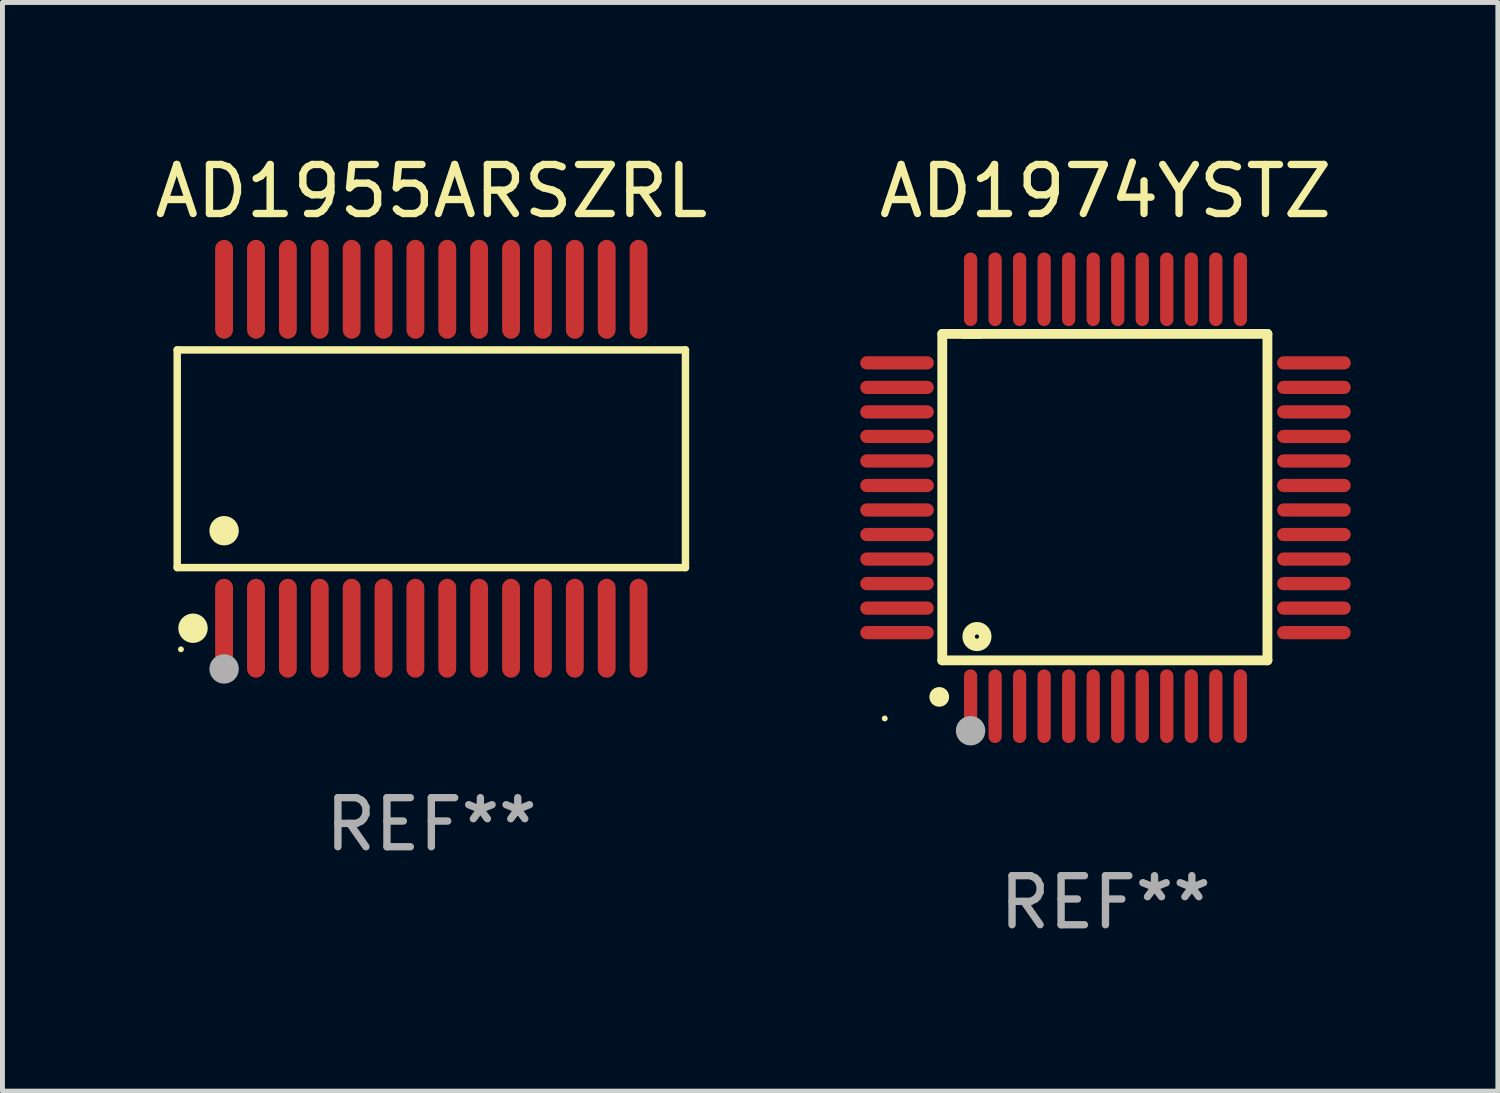
<source format=kicad_pcb>
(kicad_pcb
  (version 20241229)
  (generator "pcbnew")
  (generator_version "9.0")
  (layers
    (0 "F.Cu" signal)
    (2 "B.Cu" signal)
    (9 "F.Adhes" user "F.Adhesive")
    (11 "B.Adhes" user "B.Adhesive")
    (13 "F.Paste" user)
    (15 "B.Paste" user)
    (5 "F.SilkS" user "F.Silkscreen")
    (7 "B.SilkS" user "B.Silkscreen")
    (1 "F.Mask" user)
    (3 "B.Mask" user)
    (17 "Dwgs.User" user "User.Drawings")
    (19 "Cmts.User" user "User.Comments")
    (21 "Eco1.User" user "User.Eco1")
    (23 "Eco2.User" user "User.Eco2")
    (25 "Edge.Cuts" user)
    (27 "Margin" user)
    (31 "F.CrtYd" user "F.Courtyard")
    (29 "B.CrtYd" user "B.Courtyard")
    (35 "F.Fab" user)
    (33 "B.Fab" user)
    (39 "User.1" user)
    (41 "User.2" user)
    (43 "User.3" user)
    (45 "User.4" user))
  (footprint "AD1955ARSZRL"
    (layer "F.Cu")
    (at 5.744 6.303)
    (property "Reference" "AD1955ARSZRL" (at 0 -5.455 0) (layer "F.SilkS") (effects (font (size 1 1) (thickness 0.15))))
    (attr through_hole)
    (fp_line (start -5.181 -2.219) (end 5.181 -2.219) (stroke (width 0.152) (type solid)) (layer "F.SilkS"))
    (fp_line (start -5.181 2.219) (end -5.181 -2.219) (stroke (width 0.152) (type solid)) (layer "F.SilkS"))
    (fp_line (start 5.181 -2.219) (end 5.181 2.219) (stroke (width 0.152) (type solid)) (layer "F.SilkS"))
    (fp_line (start 5.181 2.219) (end -5.181 2.219) (stroke (width 0.152) (type solid)) (layer "F.SilkS"))
    (fp_circle (center -5.105 3.885) (end -5.075 3.885) (stroke (width 0.06) (type solid)) (fill no) (layer "F.SilkS"))
    (fp_circle (center -4.859 3.455) (end -4.709 3.455) (stroke (width 0.3) (type solid)) (fill no) (layer "F.SilkS"))
    (fp_circle (center -4.225 1.467) (end -4.075 1.467) (stroke (width 0.3) (type solid)) (fill no) (layer "F.SilkS"))
    (fp_circle (center -4.225 4.285) (end -4.075 4.285) (stroke (width 0.3) (type solid)) (fill no) (layer "F.Fab"))
    (fp_text user "REF**" (at 0 7.455 0) (layer "F.Fab") (effects (font (size 1 1) (thickness 0.15))))
    (pad "1" smd oval (at -4.225 3.455) (size 0.364 2.015) (layers "F.Cu" "F.Mask" "F.Paste"))
    (pad "2" smd oval (at -3.575 3.455) (size 0.364 2.015) (layers "F.Cu" "F.Mask" "F.Paste"))
    (pad "3" smd oval (at -2.925 3.455) (size 0.364 2.015) (layers "F.Cu" "F.Mask" "F.Paste"))
    (pad "4" smd oval (at -2.275 3.455) (size 0.364 2.015) (layers "F.Cu" "F.Mask" "F.Paste"))
    (pad "5" smd oval (at -1.625 3.455) (size 0.364 2.015) (layers "F.Cu" "F.Mask" "F.Paste"))
    (pad "6" smd oval (at -0.975 3.455) (size 0.364 2.015) (layers "F.Cu" "F.Mask" "F.Paste"))
    (pad "7" smd oval (at -0.325 3.455) (size 0.364 2.015) (layers "F.Cu" "F.Mask" "F.Paste"))
    (pad "8" smd oval (at 0.325 3.455) (size 0.364 2.015) (layers "F.Cu" "F.Mask" "F.Paste"))
    (pad "9" smd oval (at 0.975 3.455) (size 0.364 2.015) (layers "F.Cu" "F.Mask" "F.Paste"))
    (pad "10" smd oval (at 1.625 3.455) (size 0.364 2.015) (layers "F.Cu" "F.Mask" "F.Paste"))
    (pad "11" smd oval (at 2.275 3.455) (size 0.364 2.015) (layers "F.Cu" "F.Mask" "F.Paste"))
    (pad "12" smd oval (at 2.925 3.455) (size 0.364 2.015) (layers "F.Cu" "F.Mask" "F.Paste"))
    (pad "13" smd oval (at 3.575 3.455) (size 0.364 2.015) (layers "F.Cu" "F.Mask" "F.Paste"))
    (pad "14" smd oval (at 4.225 3.455) (size 0.364 2.015) (layers "F.Cu" "F.Mask" "F.Paste"))
    (pad "15" smd oval (at 4.225 -3.455) (size 0.364 2.015) (layers "F.Cu" "F.Mask" "F.Paste"))
    (pad "16" smd oval (at 3.575 -3.455) (size 0.364 2.015) (layers "F.Cu" "F.Mask" "F.Paste"))
    (pad "17" smd oval (at 2.925 -3.455) (size 0.364 2.015) (layers "F.Cu" "F.Mask" "F.Paste"))
    (pad "18" smd oval (at 2.275 -3.455) (size 0.364 2.015) (layers "F.Cu" "F.Mask" "F.Paste"))
    (pad "19" smd oval (at 1.625 -3.455) (size 0.364 2.015) (layers "F.Cu" "F.Mask" "F.Paste"))
    (pad "20" smd oval (at 0.975 -3.455) (size 0.364 2.015) (layers "F.Cu" "F.Mask" "F.Paste"))
    (pad "21" smd oval (at 0.325 -3.455) (size 0.364 2.015) (layers "F.Cu" "F.Mask" "F.Paste"))
    (pad "22" smd oval (at -0.325 -3.455) (size 0.364 2.015) (layers "F.Cu" "F.Mask" "F.Paste"))
    (pad "23" smd oval (at -0.975 -3.455) (size 0.364 2.015) (layers "F.Cu" "F.Mask" "F.Paste"))
    (pad "24" smd oval (at -1.625 -3.455) (size 0.364 2.015) (layers "F.Cu" "F.Mask" "F.Paste"))
    (pad "25" smd oval (at -2.275 -3.455) (size 0.364 2.015) (layers "F.Cu" "F.Mask" "F.Paste"))
    (pad "26" smd oval (at -2.925 -3.455) (size 0.364 2.015) (layers "F.Cu" "F.Mask" "F.Paste"))
    (pad "27" smd oval (at -3.575 -3.455) (size 0.364 2.015) (layers "F.Cu" "F.Mask" "F.Paste"))
    (pad "28" smd oval (at -4.225 -3.455) (size 0.364 2.015) (layers "F.Cu" "F.Mask" "F.Paste")))
  (footprint "AD1974YSTZ"
    (layer "F.Cu")
    (at 19.488 7.098)
    (property "Reference" "AD1974YSTZ" (at 0 -6.25 0) (layer "F.SilkS") (effects (font (size 1 1) (thickness 0.15))))
    (attr through_hole)
    (fp_line (start -3.327 -3.34) (end -2.565 -3.34) (stroke (width 0.2) (type solid)) (layer "F.SilkS"))
    (fp_line (start -3.327 3.315) (end -3.327 -3.34) (stroke (width 0.2) (type solid)) (layer "F.SilkS"))
    (fp_line (start -2.896 -3.34) (end 3.302 -3.34) (stroke (width 0.2) (type solid)) (layer "F.SilkS"))
    (fp_line (start 3.302 -3.34) (end 3.302 3.315) (stroke (width 0.2) (type solid)) (layer "F.SilkS"))
    (fp_line (start 3.302 3.315) (end -3.327 3.315) (stroke (width 0.2) (type solid)) (layer "F.SilkS"))
    (fp_arc (start -3.389992 4.059995) (mid -3.388722 4.059991) (end -3.387452 4.059995) (stroke (width 0.4) (type solid)) (layer "F.SilkS"))
    (fp_circle (center -4.5 4.5) (end -4.47 4.5) (stroke (width 0.06) (type solid)) (fill no) (layer "F.SilkS"))
    (fp_circle (center -2.62 2.83) (end -2.45 2.83) (stroke (width 0.254) (type solid)) (fill no) (layer "F.SilkS"))
    (fp_circle (center -2.75 4.75) (end -2.6 4.75) (stroke (width 0.3) (type solid)) (fill no) (layer "F.Fab"))
    (fp_text user "REF**" (at 0 8.25 0) (layer "F.Fab") (effects (font (size 1 1) (thickness 0.15))))
    (pad "1" smd oval (at -2.75 4.25) (size 0.27 1.5) (layers "F.Cu" "F.Mask" "F.Paste"))
    (pad "2" smd oval (at -2.25 4.25) (size 0.27 1.5) (layers "F.Cu" "F.Mask" "F.Paste"))
    (pad "3" smd oval (at -1.75 4.25) (size 0.27 1.5) (layers "F.Cu" "F.Mask" "F.Paste"))
    (pad "4" smd oval (at -1.25 4.25) (size 0.27 1.5) (layers "F.Cu" "F.Mask" "F.Paste"))
    (pad "5" smd oval (at -0.75 4.25) (size 0.27 1.5) (layers "F.Cu" "F.Mask" "F.Paste"))
    (pad "6" smd oval (at -0.25 4.25) (size 0.27 1.5) (layers "F.Cu" "F.Mask" "F.Paste"))
    (pad "7" smd oval (at 0.25 4.25) (size 0.27 1.5) (layers "F.Cu" "F.Mask" "F.Paste"))
    (pad "8" smd oval (at 0.75 4.25) (size 0.27 1.5) (layers "F.Cu" "F.Mask" "F.Paste"))
    (pad "9" smd oval (at 1.25 4.25) (size 0.27 1.5) (layers "F.Cu" "F.Mask" "F.Paste"))
    (pad "10" smd oval (at 1.75 4.25) (size 0.27 1.5) (layers "F.Cu" "F.Mask" "F.Paste"))
    (pad "11" smd oval (at 2.25 4.25) (size 0.27 1.5) (layers "F.Cu" "F.Mask" "F.Paste"))
    (pad "12" smd oval (at 2.75 4.25) (size 0.27 1.5) (layers "F.Cu" "F.Mask" "F.Paste"))
    (pad "13" smd oval (at 4.25 2.75) (size 1.5 0.27) (layers "F.Cu" "F.Mask" "F.Paste"))
    (pad "14" smd oval (at 4.25 2.25) (size 1.5 0.27) (layers "F.Cu" "F.Mask" "F.Paste"))
    (pad "15" smd oval (at 4.25 1.75) (size 1.5 0.27) (layers "F.Cu" "F.Mask" "F.Paste"))
    (pad "16" smd oval (at 4.25 1.25) (size 1.5 0.27) (layers "F.Cu" "F.Mask" "F.Paste"))
    (pad "17" smd oval (at 4.25 0.75) (size 1.5 0.27) (layers "F.Cu" "F.Mask" "F.Paste"))
    (pad "18" smd oval (at 4.25 0.25) (size 1.5 0.27) (layers "F.Cu" "F.Mask" "F.Paste"))
    (pad "19" smd oval (at 4.25 -0.25) (size 1.5 0.27) (layers "F.Cu" "F.Mask" "F.Paste"))
    (pad "20" smd oval (at 4.25 -0.75) (size 1.5 0.27) (layers "F.Cu" "F.Mask" "F.Paste"))
    (pad "21" smd oval (at 4.25 -1.25) (size 1.5 0.27) (layers "F.Cu" "F.Mask" "F.Paste"))
    (pad "22" smd oval (at 4.25 -1.75) (size 1.5 0.27) (layers "F.Cu" "F.Mask" "F.Paste"))
    (pad "23" smd oval (at 4.25 -2.25) (size 1.5 0.27) (layers "F.Cu" "F.Mask" "F.Paste"))
    (pad "24" smd oval (at 4.25 -2.75) (size 1.5 0.27) (layers "F.Cu" "F.Mask" "F.Paste"))
    (pad "25" smd oval (at 2.75 -4.25) (size 0.27 1.5) (layers "F.Cu" "F.Mask" "F.Paste"))
    (pad "26" smd oval (at 2.25 -4.25) (size 0.27 1.5) (layers "F.Cu" "F.Mask" "F.Paste"))
    (pad "27" smd oval (at 1.75 -4.25) (size 0.27 1.5) (layers "F.Cu" "F.Mask" "F.Paste"))
    (pad "28" smd oval (at 1.25 -4.25) (size 0.27 1.5) (layers "F.Cu" "F.Mask" "F.Paste"))
    (pad "29" smd oval (at 0.75 -4.25) (size 0.27 1.5) (layers "F.Cu" "F.Mask" "F.Paste"))
    (pad "30" smd oval (at 0.25 -4.25) (size 0.27 1.5) (layers "F.Cu" "F.Mask" "F.Paste"))
    (pad "31" smd oval (at -0.25 -4.25) (size 0.27 1.5) (layers "F.Cu" "F.Mask" "F.Paste"))
    (pad "32" smd oval (at -0.75 -4.25) (size 0.27 1.5) (layers "F.Cu" "F.Mask" "F.Paste"))
    (pad "33" smd oval (at -1.25 -4.25) (size 0.27 1.5) (layers "F.Cu" "F.Mask" "F.Paste"))
    (pad "34" smd oval (at -1.75 -4.25) (size 0.27 1.5) (layers "F.Cu" "F.Mask" "F.Paste"))
    (pad "35" smd oval (at -2.25 -4.25) (size 0.27 1.5) (layers "F.Cu" "F.Mask" "F.Paste"))
    (pad "36" smd oval (at -2.75 -4.25) (size 0.27 1.5) (layers "F.Cu" "F.Mask" "F.Paste"))
    (pad "37" smd oval (at -4.25 -2.75) (size 1.5 0.27) (layers "F.Cu" "F.Mask" "F.Paste"))
    (pad "38" smd oval (at -4.25 -2.25) (size 1.5 0.27) (layers "F.Cu" "F.Mask" "F.Paste"))
    (pad "39" smd oval (at -4.25 -1.75) (size 1.5 0.27) (layers "F.Cu" "F.Mask" "F.Paste"))
    (pad "40" smd oval (at -4.25 -1.25) (size 1.5 0.27) (layers "F.Cu" "F.Mask" "F.Paste"))
    (pad "41" smd oval (at -4.25 -0.75) (size 1.5 0.27) (layers "F.Cu" "F.Mask" "F.Paste"))
    (pad "42" smd oval (at -4.25 -0.25) (size 1.5 0.27) (layers "F.Cu" "F.Mask" "F.Paste"))
    (pad "43" smd oval (at -4.25 0.25) (size 1.5 0.27) (layers "F.Cu" "F.Mask" "F.Paste"))
    (pad "44" smd oval (at -4.25 0.75) (size 1.5 0.27) (layers "F.Cu" "F.Mask" "F.Paste"))
    (pad "45" smd oval (at -4.25 1.25) (size 1.5 0.27) (layers "F.Cu" "F.Mask" "F.Paste"))
    (pad "46" smd oval (at -4.25 1.75) (size 1.5 0.27) (layers "F.Cu" "F.Mask" "F.Paste"))
    (pad "47" smd oval (at -4.25 2.25) (size 1.5 0.27) (layers "F.Cu" "F.Mask" "F.Paste"))
    (pad "48" smd oval (at -4.25 2.75) (size 1.5 0.27) (layers "F.Cu" "F.Mask" "F.Paste")))
  (gr_rect
    (start -3 -3)
    (end 27.488 19.196)
    (stroke (width 0.1) (type default))
    (fill no)
    (layer "Edge.Cuts")))
</source>
